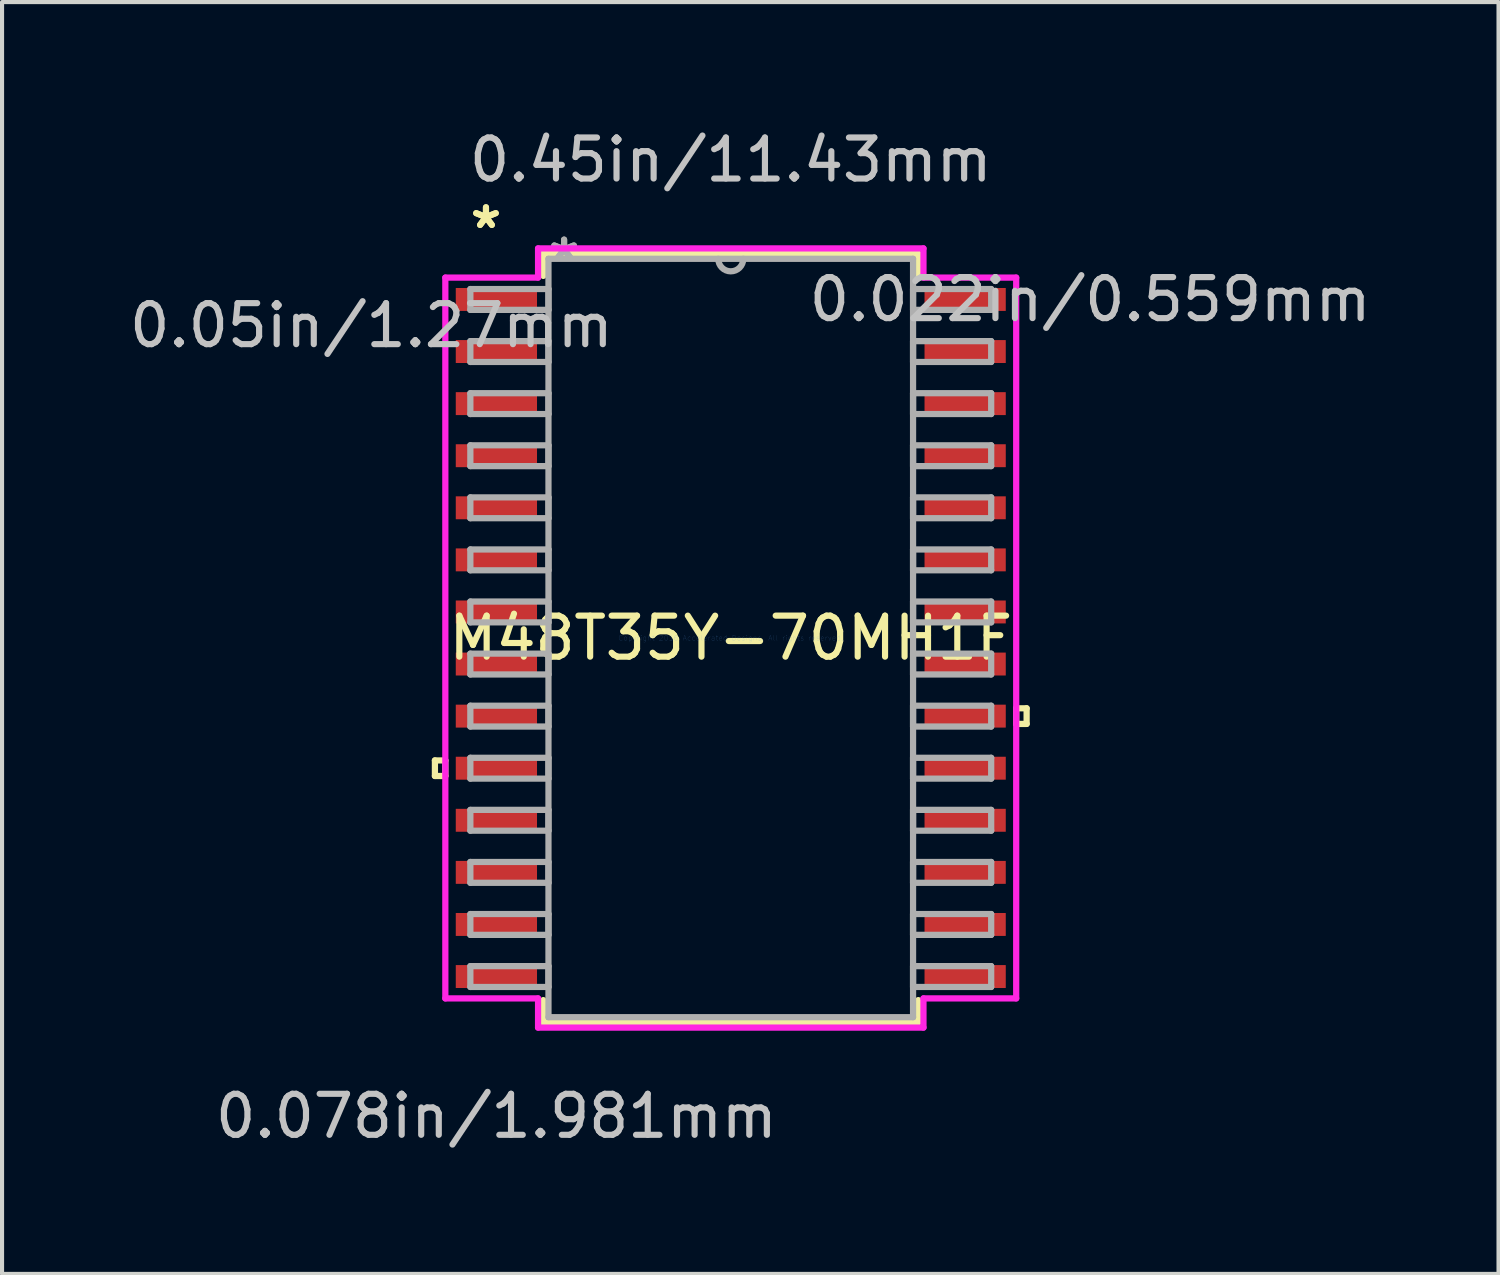
<source format=kicad_pcb>
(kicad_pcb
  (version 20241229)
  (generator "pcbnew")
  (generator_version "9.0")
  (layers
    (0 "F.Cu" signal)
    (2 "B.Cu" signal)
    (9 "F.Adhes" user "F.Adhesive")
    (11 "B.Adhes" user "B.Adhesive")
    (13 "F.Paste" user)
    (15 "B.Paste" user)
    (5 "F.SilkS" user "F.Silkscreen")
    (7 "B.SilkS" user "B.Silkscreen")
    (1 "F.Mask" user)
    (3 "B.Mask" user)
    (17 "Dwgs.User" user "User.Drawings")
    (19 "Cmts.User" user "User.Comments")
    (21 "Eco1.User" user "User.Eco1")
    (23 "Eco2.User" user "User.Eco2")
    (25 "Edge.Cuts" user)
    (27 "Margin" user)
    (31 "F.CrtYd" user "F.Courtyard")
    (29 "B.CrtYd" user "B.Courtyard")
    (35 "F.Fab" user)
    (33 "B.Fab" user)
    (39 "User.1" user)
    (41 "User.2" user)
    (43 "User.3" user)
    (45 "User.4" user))
  (footprint "M48T35Y-70MH1F"
    (layer "F.Cu")
    (at 14.769 12.507)
    (property "Reference" "M48T35Y-70MH1F" (at 0 0 0) (layer "F.SilkS") (effects (font (size 1 1) (thickness 0.15))))
    (attr through_hole)
    (fp_line (start -7.214 2.985) (end -7.214 3.365) (stroke (width 0.152) (type solid)) (layer "F.SilkS"))
    (fp_line (start -7.214 3.365) (end -6.96 3.365) (stroke (width 0.152) (type solid)) (layer "F.SilkS"))
    (fp_line (start -6.96 2.985) (end -7.214 2.985) (stroke (width 0.152) (type solid)) (layer "F.SilkS"))
    (fp_line (start -6.96 3.365) (end -6.96 2.985) (stroke (width 0.152) (type solid)) (layer "F.SilkS"))
    (fp_line (start -4.572 -9.373) (end -4.572 -8.83) (stroke (width 0.152) (type solid)) (layer "F.SilkS"))
    (fp_line (start -4.572 8.83) (end -4.572 9.373) (stroke (width 0.152) (type solid)) (layer "F.SilkS"))
    (fp_line (start -4.572 9.373) (end 4.572 9.373) (stroke (width 0.152) (type solid)) (layer "F.SilkS"))
    (fp_line (start 4.572 -9.373) (end -4.572 -9.373) (stroke (width 0.152) (type solid)) (layer "F.SilkS"))
    (fp_line (start 4.572 -8.83) (end 4.572 -9.373) (stroke (width 0.152) (type solid)) (layer "F.SilkS"))
    (fp_line (start 4.572 9.373) (end 4.572 8.83) (stroke (width 0.152) (type solid)) (layer "F.SilkS"))
    (fp_line (start 6.96 1.714) (end 7.214 1.714) (stroke (width 0.152) (type solid)) (layer "F.SilkS"))
    (fp_line (start 6.96 2.095) (end 6.96 1.714) (stroke (width 0.152) (type solid)) (layer "F.SilkS"))
    (fp_line (start 7.214 1.714) (end 7.214 2.095) (stroke (width 0.152) (type solid)) (layer "F.SilkS"))
    (fp_line (start 7.214 2.095) (end 6.96 2.095) (stroke (width 0.152) (type solid)) (layer "F.SilkS"))
    (fp_line (start -6.96 -8.788) (end -4.699 -8.788) (stroke (width 0.152) (type solid)) (layer "F.CrtYd"))
    (fp_line (start -6.96 8.788) (end -6.96 -8.788) (stroke (width 0.152) (type solid)) (layer "F.CrtYd"))
    (fp_line (start -4.699 -9.5) (end 4.699 -9.5) (stroke (width 0.152) (type solid)) (layer "F.CrtYd"))
    (fp_line (start -4.699 -8.788) (end -4.699 -9.5) (stroke (width 0.152) (type solid)) (layer "F.CrtYd"))
    (fp_line (start -4.699 8.788) (end -6.96 8.788) (stroke (width 0.152) (type solid)) (layer "F.CrtYd"))
    (fp_line (start -4.699 9.5) (end -4.699 8.788) (stroke (width 0.152) (type solid)) (layer "F.CrtYd"))
    (fp_line (start 4.699 -9.5) (end 4.699 -8.788) (stroke (width 0.152) (type solid)) (layer "F.CrtYd"))
    (fp_line (start 4.699 -8.788) (end 6.96 -8.788) (stroke (width 0.152) (type solid)) (layer "F.CrtYd"))
    (fp_line (start 4.699 8.788) (end 4.699 9.5) (stroke (width 0.152) (type solid)) (layer "F.CrtYd"))
    (fp_line (start 4.699 9.5) (end -4.699 9.5) (stroke (width 0.152) (type solid)) (layer "F.CrtYd"))
    (fp_line (start 6.96 -8.788) (end 6.96 8.788) (stroke (width 0.152) (type solid)) (layer "F.CrtYd"))
    (fp_line (start 6.96 8.788) (end 4.699 8.788) (stroke (width 0.152) (type solid)) (layer "F.CrtYd"))
    (fp_line (start -6.35 -8.509) (end -6.35 -8.001) (stroke (width 0.152) (type solid)) (layer "F.Fab"))
    (fp_line (start -6.35 -8.001) (end -4.445 -8.001) (stroke (width 0.152) (type solid)) (layer "F.Fab"))
    (fp_line (start -6.35 -7.239) (end -6.35 -6.731) (stroke (width 0.152) (type solid)) (layer "F.Fab"))
    (fp_line (start -6.35 -6.731) (end -4.445 -6.731) (stroke (width 0.152) (type solid)) (layer "F.Fab"))
    (fp_line (start -6.35 -5.969) (end -6.35 -5.461) (stroke (width 0.152) (type solid)) (layer "F.Fab"))
    (fp_line (start -6.35 -5.461) (end -4.445 -5.461) (stroke (width 0.152) (type solid)) (layer "F.Fab"))
    (fp_line (start -6.35 -4.699) (end -6.35 -4.191) (stroke (width 0.152) (type solid)) (layer "F.Fab"))
    (fp_line (start -6.35 -4.191) (end -4.445 -4.191) (stroke (width 0.152) (type solid)) (layer "F.Fab"))
    (fp_line (start -6.35 -3.429) (end -6.35 -2.921) (stroke (width 0.152) (type solid)) (layer "F.Fab"))
    (fp_line (start -6.35 -2.921) (end -4.445 -2.921) (stroke (width 0.152) (type solid)) (layer "F.Fab"))
    (fp_line (start -6.35 -2.159) (end -6.35 -1.651) (stroke (width 0.152) (type solid)) (layer "F.Fab"))
    (fp_line (start -6.35 -1.651) (end -4.445 -1.651) (stroke (width 0.152) (type solid)) (layer "F.Fab"))
    (fp_line (start -6.35 -0.889) (end -6.35 -0.381) (stroke (width 0.152) (type solid)) (layer "F.Fab"))
    (fp_line (start -6.35 -0.381) (end -4.445 -0.381) (stroke (width 0.152) (type solid)) (layer "F.Fab"))
    (fp_line (start -6.35 0.381) (end -6.35 0.889) (stroke (width 0.152) (type solid)) (layer "F.Fab"))
    (fp_line (start -6.35 0.889) (end -4.445 0.889) (stroke (width 0.152) (type solid)) (layer "F.Fab"))
    (fp_line (start -6.35 1.651) (end -6.35 2.159) (stroke (width 0.152) (type solid)) (layer "F.Fab"))
    (fp_line (start -6.35 2.159) (end -4.445 2.159) (stroke (width 0.152) (type solid)) (layer "F.Fab"))
    (fp_line (start -6.35 2.921) (end -6.35 3.429) (stroke (width 0.152) (type solid)) (layer "F.Fab"))
    (fp_line (start -6.35 3.429) (end -4.445 3.429) (stroke (width 0.152) (type solid)) (layer "F.Fab"))
    (fp_line (start -6.35 4.191) (end -6.35 4.699) (stroke (width 0.152) (type solid)) (layer "F.Fab"))
    (fp_line (start -6.35 4.699) (end -4.445 4.699) (stroke (width 0.152) (type solid)) (layer "F.Fab"))
    (fp_line (start -6.35 5.461) (end -6.35 5.969) (stroke (width 0.152) (type solid)) (layer "F.Fab"))
    (fp_line (start -6.35 5.969) (end -4.445 5.969) (stroke (width 0.152) (type solid)) (layer "F.Fab"))
    (fp_line (start -6.35 6.731) (end -6.35 7.239) (stroke (width 0.152) (type solid)) (layer "F.Fab"))
    (fp_line (start -6.35 7.239) (end -4.445 7.239) (stroke (width 0.152) (type solid)) (layer "F.Fab"))
    (fp_line (start -6.35 8.001) (end -6.35 8.509) (stroke (width 0.152) (type solid)) (layer "F.Fab"))
    (fp_line (start -6.35 8.509) (end -4.445 8.509) (stroke (width 0.152) (type solid)) (layer "F.Fab"))
    (fp_line (start -4.445 -9.246) (end -4.445 9.246) (stroke (width 0.152) (type solid)) (layer "F.Fab"))
    (fp_line (start -4.445 -8.509) (end -6.35 -8.509) (stroke (width 0.152) (type solid)) (layer "F.Fab"))
    (fp_line (start -4.445 -8.001) (end -4.445 -8.509) (stroke (width 0.152) (type solid)) (layer "F.Fab"))
    (fp_line (start -4.445 -7.239) (end -6.35 -7.239) (stroke (width 0.152) (type solid)) (layer "F.Fab"))
    (fp_line (start -4.445 -6.731) (end -4.445 -7.239) (stroke (width 0.152) (type solid)) (layer "F.Fab"))
    (fp_line (start -4.445 -5.969) (end -6.35 -5.969) (stroke (width 0.152) (type solid)) (layer "F.Fab"))
    (fp_line (start -4.445 -5.461) (end -4.445 -5.969) (stroke (width 0.152) (type solid)) (layer "F.Fab"))
    (fp_line (start -4.445 -4.699) (end -6.35 -4.699) (stroke (width 0.152) (type solid)) (layer "F.Fab"))
    (fp_line (start -4.445 -4.191) (end -4.445 -4.699) (stroke (width 0.152) (type solid)) (layer "F.Fab"))
    (fp_line (start -4.445 -3.429) (end -6.35 -3.429) (stroke (width 0.152) (type solid)) (layer "F.Fab"))
    (fp_line (start -4.445 -2.921) (end -4.445 -3.429) (stroke (width 0.152) (type solid)) (layer "F.Fab"))
    (fp_line (start -4.445 -2.159) (end -6.35 -2.159) (stroke (width 0.152) (type solid)) (layer "F.Fab"))
    (fp_line (start -4.445 -1.651) (end -4.445 -2.159) (stroke (width 0.152) (type solid)) (layer "F.Fab"))
    (fp_line (start -4.445 -0.889) (end -6.35 -0.889) (stroke (width 0.152) (type solid)) (layer "F.Fab"))
    (fp_line (start -4.445 -0.381) (end -4.445 -0.889) (stroke (width 0.152) (type solid)) (layer "F.Fab"))
    (fp_line (start -4.445 0.381) (end -6.35 0.381) (stroke (width 0.152) (type solid)) (layer "F.Fab"))
    (fp_line (start -4.445 0.889) (end -4.445 0.381) (stroke (width 0.152) (type solid)) (layer "F.Fab"))
    (fp_line (start -4.445 1.651) (end -6.35 1.651) (stroke (width 0.152) (type solid)) (layer "F.Fab"))
    (fp_line (start -4.445 2.159) (end -4.445 1.651) (stroke (width 0.152) (type solid)) (layer "F.Fab"))
    (fp_line (start -4.445 2.921) (end -6.35 2.921) (stroke (width 0.152) (type solid)) (layer "F.Fab"))
    (fp_line (start -4.445 3.429) (end -4.445 2.921) (stroke (width 0.152) (type solid)) (layer "F.Fab"))
    (fp_line (start -4.445 4.191) (end -6.35 4.191) (stroke (width 0.152) (type solid)) (layer "F.Fab"))
    (fp_line (start -4.445 4.699) (end -4.445 4.191) (stroke (width 0.152) (type solid)) (layer "F.Fab"))
    (fp_line (start -4.445 5.461) (end -6.35 5.461) (stroke (width 0.152) (type solid)) (layer "F.Fab"))
    (fp_line (start -4.445 5.969) (end -4.445 5.461) (stroke (width 0.152) (type solid)) (layer "F.Fab"))
    (fp_line (start -4.445 6.731) (end -6.35 6.731) (stroke (width 0.152) (type solid)) (layer "F.Fab"))
    (fp_line (start -4.445 7.239) (end -4.445 6.731) (stroke (width 0.152) (type solid)) (layer "F.Fab"))
    (fp_line (start -4.445 8.001) (end -6.35 8.001) (stroke (width 0.152) (type solid)) (layer "F.Fab"))
    (fp_line (start -4.445 8.509) (end -4.445 8.001) (stroke (width 0.152) (type solid)) (layer "F.Fab"))
    (fp_line (start -4.445 9.246) (end 4.445 9.246) (stroke (width 0.152) (type solid)) (layer "F.Fab"))
    (fp_line (start 4.445 -9.246) (end -4.445 -9.246) (stroke (width 0.152) (type solid)) (layer "F.Fab"))
    (fp_line (start 4.445 -8.509) (end 4.445 -8.001) (stroke (width 0.152) (type solid)) (layer "F.Fab"))
    (fp_line (start 4.445 -8.001) (end 6.35 -8.001) (stroke (width 0.152) (type solid)) (layer "F.Fab"))
    (fp_line (start 4.445 -7.239) (end 4.445 -6.731) (stroke (width 0.152) (type solid)) (layer "F.Fab"))
    (fp_line (start 4.445 -6.731) (end 6.35 -6.731) (stroke (width 0.152) (type solid)) (layer "F.Fab"))
    (fp_line (start 4.445 -5.969) (end 4.445 -5.461) (stroke (width 0.152) (type solid)) (layer "F.Fab"))
    (fp_line (start 4.445 -5.461) (end 6.35 -5.461) (stroke (width 0.152) (type solid)) (layer "F.Fab"))
    (fp_line (start 4.445 -4.699) (end 4.445 -4.191) (stroke (width 0.152) (type solid)) (layer "F.Fab"))
    (fp_line (start 4.445 -4.191) (end 6.35 -4.191) (stroke (width 0.152) (type solid)) (layer "F.Fab"))
    (fp_line (start 4.445 -3.429) (end 4.445 -2.921) (stroke (width 0.152) (type solid)) (layer "F.Fab"))
    (fp_line (start 4.445 -2.921) (end 6.35 -2.921) (stroke (width 0.152) (type solid)) (layer "F.Fab"))
    (fp_line (start 4.445 -2.159) (end 4.445 -1.651) (stroke (width 0.152) (type solid)) (layer "F.Fab"))
    (fp_line (start 4.445 -1.651) (end 6.35 -1.651) (stroke (width 0.152) (type solid)) (layer "F.Fab"))
    (fp_line (start 4.445 -0.889) (end 4.445 -0.381) (stroke (width 0.152) (type solid)) (layer "F.Fab"))
    (fp_line (start 4.445 -0.381) (end 6.35 -0.381) (stroke (width 0.152) (type solid)) (layer "F.Fab"))
    (fp_line (start 4.445 0.381) (end 4.445 0.889) (stroke (width 0.152) (type solid)) (layer "F.Fab"))
    (fp_line (start 4.445 0.889) (end 6.35 0.889) (stroke (width 0.152) (type solid)) (layer "F.Fab"))
    (fp_line (start 4.445 1.651) (end 4.445 2.159) (stroke (width 0.152) (type solid)) (layer "F.Fab"))
    (fp_line (start 4.445 2.159) (end 6.35 2.159) (stroke (width 0.152) (type solid)) (layer "F.Fab"))
    (fp_line (start 4.445 2.921) (end 4.445 3.429) (stroke (width 0.152) (type solid)) (layer "F.Fab"))
    (fp_line (start 4.445 3.429) (end 6.35 3.429) (stroke (width 0.152) (type solid)) (layer "F.Fab"))
    (fp_line (start 4.445 4.191) (end 4.445 4.699) (stroke (width 0.152) (type solid)) (layer "F.Fab"))
    (fp_line (start 4.445 4.699) (end 6.35 4.699) (stroke (width 0.152) (type solid)) (layer "F.Fab"))
    (fp_line (start 4.445 5.461) (end 4.445 5.969) (stroke (width 0.152) (type solid)) (layer "F.Fab"))
    (fp_line (start 4.445 5.969) (end 6.35 5.969) (stroke (width 0.152) (type solid)) (layer "F.Fab"))
    (fp_line (start 4.445 6.731) (end 4.445 7.239) (stroke (width 0.152) (type solid)) (layer "F.Fab"))
    (fp_line (start 4.445 7.239) (end 6.35 7.239) (stroke (width 0.152) (type solid)) (layer "F.Fab"))
    (fp_line (start 4.445 8.001) (end 4.445 8.509) (stroke (width 0.152) (type solid)) (layer "F.Fab"))
    (fp_line (start 4.445 8.509) (end 6.35 8.509) (stroke (width 0.152) (type solid)) (layer "F.Fab"))
    (fp_line (start 4.445 9.246) (end 4.445 -9.246) (stroke (width 0.152) (type solid)) (layer "F.Fab"))
    (fp_line (start 6.35 -8.509) (end 4.445 -8.509) (stroke (width 0.152) (type solid)) (layer "F.Fab"))
    (fp_line (start 6.35 -8.001) (end 6.35 -8.509) (stroke (width 0.152) (type solid)) (layer "F.Fab"))
    (fp_line (start 6.35 -7.239) (end 4.445 -7.239) (stroke (width 0.152) (type solid)) (layer "F.Fab"))
    (fp_line (start 6.35 -6.731) (end 6.35 -7.239) (stroke (width 0.152) (type solid)) (layer "F.Fab"))
    (fp_line (start 6.35 -5.969) (end 4.445 -5.969) (stroke (width 0.152) (type solid)) (layer "F.Fab"))
    (fp_line (start 6.35 -5.461) (end 6.35 -5.969) (stroke (width 0.152) (type solid)) (layer "F.Fab"))
    (fp_line (start 6.35 -4.699) (end 4.445 -4.699) (stroke (width 0.152) (type solid)) (layer "F.Fab"))
    (fp_line (start 6.35 -4.191) (end 6.35 -4.699) (stroke (width 0.152) (type solid)) (layer "F.Fab"))
    (fp_line (start 6.35 -3.429) (end 4.445 -3.429) (stroke (width 0.152) (type solid)) (layer "F.Fab"))
    (fp_line (start 6.35 -2.921) (end 6.35 -3.429) (stroke (width 0.152) (type solid)) (layer "F.Fab"))
    (fp_line (start 6.35 -2.159) (end 4.445 -2.159) (stroke (width 0.152) (type solid)) (layer "F.Fab"))
    (fp_line (start 6.35 -1.651) (end 6.35 -2.159) (stroke (width 0.152) (type solid)) (layer "F.Fab"))
    (fp_line (start 6.35 -0.889) (end 4.445 -0.889) (stroke (width 0.152) (type solid)) (layer "F.Fab"))
    (fp_line (start 6.35 -0.381) (end 6.35 -0.889) (stroke (width 0.152) (type solid)) (layer "F.Fab"))
    (fp_line (start 6.35 0.381) (end 4.445 0.381) (stroke (width 0.152) (type solid)) (layer "F.Fab"))
    (fp_line (start 6.35 0.889) (end 6.35 0.381) (stroke (width 0.152) (type solid)) (layer "F.Fab"))
    (fp_line (start 6.35 1.651) (end 4.445 1.651) (stroke (width 0.152) (type solid)) (layer "F.Fab"))
    (fp_line (start 6.35 2.159) (end 6.35 1.651) (stroke (width 0.152) (type solid)) (layer "F.Fab"))
    (fp_line (start 6.35 2.921) (end 4.445 2.921) (stroke (width 0.152) (type solid)) (layer "F.Fab"))
    (fp_line (start 6.35 3.429) (end 6.35 2.921) (stroke (width 0.152) (type solid)) (layer "F.Fab"))
    (fp_line (start 6.35 4.191) (end 4.445 4.191) (stroke (width 0.152) (type solid)) (layer "F.Fab"))
    (fp_line (start 6.35 4.699) (end 6.35 4.191) (stroke (width 0.152) (type solid)) (layer "F.Fab"))
    (fp_line (start 6.35 5.461) (end 4.445 5.461) (stroke (width 0.152) (type solid)) (layer "F.Fab"))
    (fp_line (start 6.35 5.969) (end 6.35 5.461) (stroke (width 0.152) (type solid)) (layer "F.Fab"))
    (fp_line (start 6.35 6.731) (end 4.445 6.731) (stroke (width 0.152) (type solid)) (layer "F.Fab"))
    (fp_line (start 6.35 7.239) (end 6.35 6.731) (stroke (width 0.152) (type solid)) (layer "F.Fab"))
    (fp_line (start 6.35 8.001) (end 4.445 8.001) (stroke (width 0.152) (type solid)) (layer "F.Fab"))
    (fp_line (start 6.35 8.509) (end 6.35 8.001) (stroke (width 0.152) (type solid)) (layer "F.Fab"))
    (fp_arc (start 0.3048 -9.2456) (mid 0 -8.9408) (end -0.3048 -9.2456) (stroke (width 0.1524) (type solid)) (layer "F.Fab"))
    (fp_text user "*" (at -5.969 -9.957 0) (layer "F.SilkS") (effects (font (size 1 1) (thickness 0.15))))
    (fp_text user "*" (at -5.969 -9.957 0) (layer "F.SilkS") (effects (font (size 1 1) (thickness 0.15))))
    (fp_text user "0.05in/1.27mm" (at -8.763 -7.62 0) (layer "Dwgs.User") (effects (font (size 1 1) (thickness 0.15))))
    (fp_text user "0.022in/0.559mm" (at 8.763 -8.255 0) (layer "Dwgs.User") (effects (font (size 1 1) (thickness 0.15))))
    (fp_text user "0.078in/1.981mm" (at -5.715 11.659 0) (layer "Dwgs.User") (effects (font (size 1 1) (thickness 0.15))))
    (fp_text user "0.45in/11.43mm" (at 0 -11.659 0) (layer "Dwgs.User") (effects (font (size 1 1) (thickness 0.15))))
    (fp_text user "Copyright 2016 Accelerated Designs. All rights reserved." (at 0 0 0) (layer "Cmts.User") (effects (font (size 0.127 0.127) (thickness 0.002))))
    (fp_text user "*" (at -4.064 -9.169 0) (layer "F.Fab") (effects (font (size 1 1) (thickness 0.15))))
    (fp_text user "*" (at -4.064 -9.169 0) (layer "F.Fab") (effects (font (size 1 1) (thickness 0.15))))
    (pad "1" smd rect (at -5.715 -8.255) (size 1.981 0.559) (layers "F.Cu" "F.Mask" "F.Paste"))
    (pad "2" smd rect (at -5.715 -6.985) (size 1.981 0.559) (layers "F.Cu" "F.Mask" "F.Paste"))
    (pad "3" smd rect (at -5.715 -5.715) (size 1.981 0.559) (layers "F.Cu" "F.Mask" "F.Paste"))
    (pad "4" smd rect (at -5.715 -4.445) (size 1.981 0.559) (layers "F.Cu" "F.Mask" "F.Paste"))
    (pad "5" smd rect (at -5.715 -3.175) (size 1.981 0.559) (layers "F.Cu" "F.Mask" "F.Paste"))
    (pad "6" smd rect (at -5.715 -1.905) (size 1.981 0.559) (layers "F.Cu" "F.Mask" "F.Paste"))
    (pad "7" smd rect (at -5.715 -0.635) (size 1.981 0.559) (layers "F.Cu" "F.Mask" "F.Paste"))
    (pad "8" smd rect (at -5.715 0.635) (size 1.981 0.559) (layers "F.Cu" "F.Mask" "F.Paste"))
    (pad "9" smd rect (at -5.715 1.905) (size 1.981 0.559) (layers "F.Cu" "F.Mask" "F.Paste"))
    (pad "10" smd rect (at -5.715 3.175) (size 1.981 0.559) (layers "F.Cu" "F.Mask" "F.Paste"))
    (pad "11" smd rect (at -5.715 4.445) (size 1.981 0.559) (layers "F.Cu" "F.Mask" "F.Paste"))
    (pad "12" smd rect (at -5.715 5.715) (size 1.981 0.559) (layers "F.Cu" "F.Mask" "F.Paste"))
    (pad "13" smd rect (at -5.715 6.985) (size 1.981 0.559) (layers "F.Cu" "F.Mask" "F.Paste"))
    (pad "14" smd rect (at -5.715 8.255) (size 1.981 0.559) (layers "F.Cu" "F.Mask" "F.Paste"))
    (pad "15" smd rect (at 5.715 8.255) (size 1.981 0.559) (layers "F.Cu" "F.Mask" "F.Paste"))
    (pad "16" smd rect (at 5.715 6.985) (size 1.981 0.559) (layers "F.Cu" "F.Mask" "F.Paste"))
    (pad "17" smd rect (at 5.715 5.715) (size 1.981 0.559) (layers "F.Cu" "F.Mask" "F.Paste"))
    (pad "18" smd rect (at 5.715 4.445) (size 1.981 0.559) (layers "F.Cu" "F.Mask" "F.Paste"))
    (pad "19" smd rect (at 5.715 3.175) (size 1.981 0.559) (layers "F.Cu" "F.Mask" "F.Paste"))
    (pad "20" smd rect (at 5.715 1.905) (size 1.981 0.559) (layers "F.Cu" "F.Mask" "F.Paste"))
    (pad "21" smd rect (at 5.715 0.635) (size 1.981 0.559) (layers "F.Cu" "F.Mask" "F.Paste"))
    (pad "22" smd rect (at 5.715 -0.635) (size 1.981 0.559) (layers "F.Cu" "F.Mask" "F.Paste"))
    (pad "23" smd rect (at 5.715 -1.905) (size 1.981 0.559) (layers "F.Cu" "F.Mask" "F.Paste"))
    (pad "24" smd rect (at 5.715 -3.175) (size 1.981 0.559) (layers "F.Cu" "F.Mask" "F.Paste"))
    (pad "25" smd rect (at 5.715 -4.445) (size 1.981 0.559) (layers "F.Cu" "F.Mask" "F.Paste"))
    (pad "26" smd rect (at 5.715 -5.715) (size 1.981 0.559) (layers "F.Cu" "F.Mask" "F.Paste"))
    (pad "27" smd rect (at 5.715 -6.985) (size 1.981 0.559) (layers "F.Cu" "F.Mask" "F.Paste"))
    (pad "28" smd rect (at 5.715 -8.255) (size 1.981 0.559) (layers "F.Cu" "F.Mask" "F.Paste")))
  (gr_rect
    (start -3 -3)
    (end 33.49 28.014)
    (stroke (width 0.1) (type default))
    (fill no)
    (layer "Edge.Cuts")))
</source>
